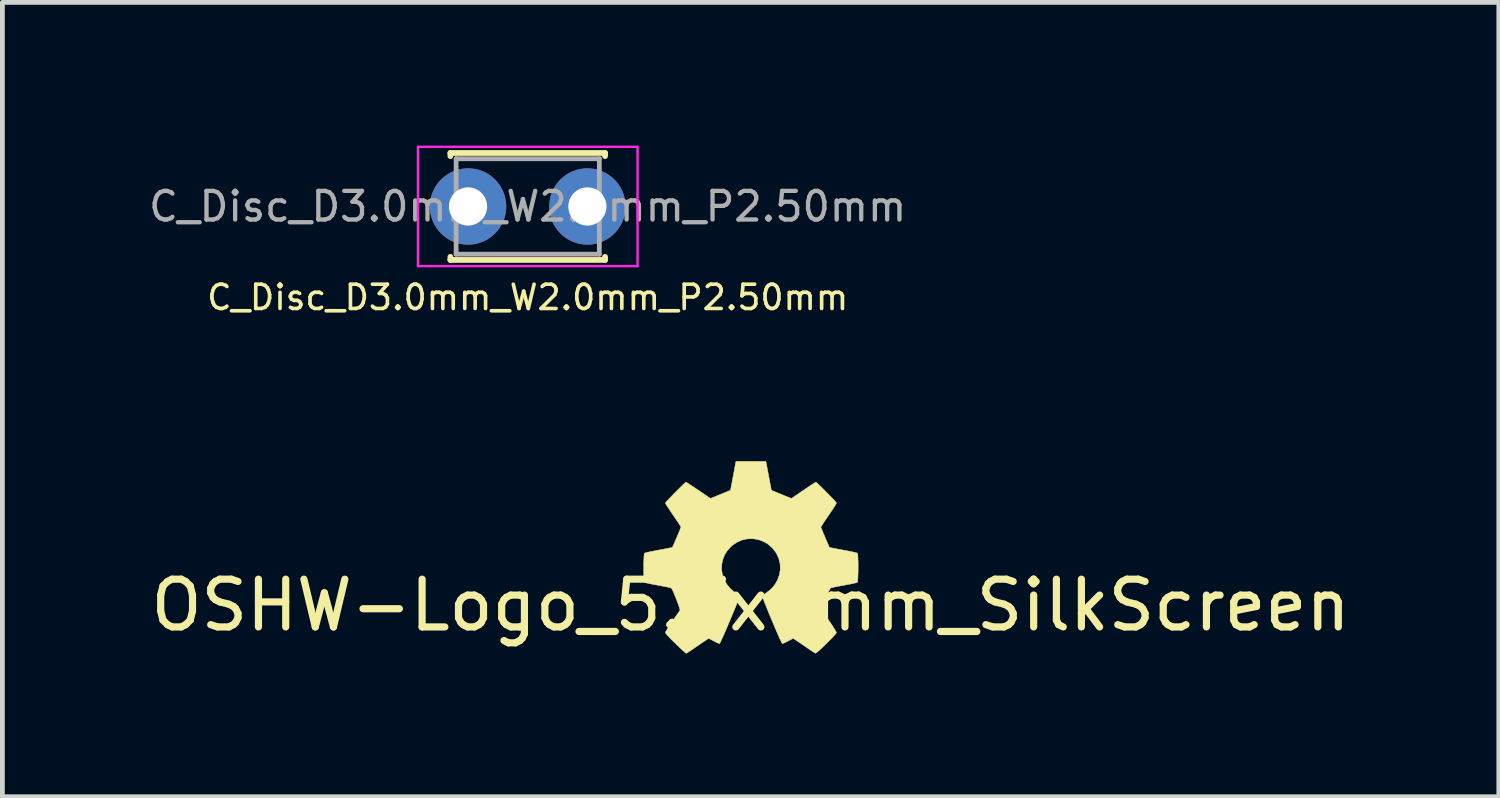
<source format=kicad_pcb>
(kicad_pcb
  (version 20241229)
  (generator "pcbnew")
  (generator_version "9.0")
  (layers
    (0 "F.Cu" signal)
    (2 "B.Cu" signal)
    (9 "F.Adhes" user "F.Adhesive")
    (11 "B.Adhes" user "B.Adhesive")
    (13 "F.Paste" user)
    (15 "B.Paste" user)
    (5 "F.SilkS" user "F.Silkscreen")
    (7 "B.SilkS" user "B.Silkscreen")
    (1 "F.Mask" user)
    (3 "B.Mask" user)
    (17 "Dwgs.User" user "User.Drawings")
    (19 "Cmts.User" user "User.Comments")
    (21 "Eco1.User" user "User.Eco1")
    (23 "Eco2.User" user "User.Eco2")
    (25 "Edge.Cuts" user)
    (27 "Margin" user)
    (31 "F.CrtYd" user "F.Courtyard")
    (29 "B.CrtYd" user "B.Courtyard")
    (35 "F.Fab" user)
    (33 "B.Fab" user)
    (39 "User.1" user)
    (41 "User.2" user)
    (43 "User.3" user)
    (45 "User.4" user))
  (footprint "C_Disc_D3.0mm_W2.0mm_P2.50mm"
    (layer "F.Cu")
    (at 6.754 1.275)
    (property "Reference" "C_Disc_D3.0mm_W2.0mm_P2.50mm" (at 1.25 1.905 180) (layer "F.SilkS") (effects (font (size 0.508 0.508) (thickness 0.076))))
    (attr through_hole)
    (fp_line (start -0.37 -1.12) (end -0.37 -1.055) (stroke (width 0.12) (type solid)) (layer "F.SilkS"))
    (fp_line (start -0.37 -1.12) (end 2.87 -1.12) (stroke (width 0.12) (type solid)) (layer "F.SilkS"))
    (fp_line (start -0.37 1.055) (end -0.37 1.12) (stroke (width 0.12) (type solid)) (layer "F.SilkS"))
    (fp_line (start -0.37 1.12) (end 2.87 1.12) (stroke (width 0.12) (type solid)) (layer "F.SilkS"))
    (fp_line (start 2.87 -1.12) (end 2.87 -1.055) (stroke (width 0.12) (type solid)) (layer "F.SilkS"))
    (fp_line (start 2.87 1.055) (end 2.87 1.12) (stroke (width 0.12) (type solid)) (layer "F.SilkS"))
    (fp_line (start -1.05 -1.25) (end -1.05 1.25) (stroke (width 0.05) (type solid)) (layer "F.CrtYd"))
    (fp_line (start -1.05 1.25) (end 3.55 1.25) (stroke (width 0.05) (type solid)) (layer "F.CrtYd"))
    (fp_line (start 3.55 -1.25) (end -1.05 -1.25) (stroke (width 0.05) (type solid)) (layer "F.CrtYd"))
    (fp_line (start 3.55 1.25) (end 3.55 -1.25) (stroke (width 0.05) (type solid)) (layer "F.CrtYd"))
    (fp_line (start -0.25 -1) (end -0.25 1) (stroke (width 0.1) (type solid)) (layer "F.Fab"))
    (fp_line (start -0.25 1) (end 2.75 1) (stroke (width 0.1) (type solid)) (layer "F.Fab"))
    (fp_line (start 2.75 -1) (end -0.25 -1) (stroke (width 0.1) (type solid)) (layer "F.Fab"))
    (fp_line (start 2.75 1) (end 2.75 -1) (stroke (width 0.1) (type solid)) (layer "F.Fab"))
    (fp_text user "${REFERENCE}" (at 1.25 0 180) (layer "F.Fab") (effects (font (size 0.6 0.6) (thickness 0.09))))
    (pad "1" thru_hole circle (at 0 0) (size 1.6 1.6) (drill 0.8) (layers "*.Cu" "*.Mask"))
    (pad "2" thru_hole circle (at 2.5 0) (size 1.6 1.6) (drill 0.8) (layers "*.Cu" "*.Mask")))
  (footprint "OSHW-Logo_5.7x6mm_SilkScreen"
    (layer "F.Cu")
    (at 12.673 9.627)
    (property "Reference" "OSHW-Logo_5.7x6mm_SilkScreen" (at 0 0 0) (layer "F.SilkS") (effects (font (size 1 1) (thickness 0.15))))
    (attr exclude_from_pos_files exclude_from_bom)
    (fp_poly (pts (xy 0.377 -2.71) (xy 0.434 -2.408) (xy 0.853 -2.235) (xy 1.105 -2.407) (xy 1.175 -2.454) (xy 1.239 -2.497) (xy 1.293 -2.532) (xy 1.334 -2.559) (xy 1.36 -2.574) (xy 1.367 -2.578) (xy 1.379 -2.569) (xy 1.406 -2.545) (xy 1.444 -2.509) (xy 1.491 -2.464) (xy 1.542 -2.413) (xy 1.596 -2.358) (xy 1.649 -2.304) (xy 1.698 -2.253) (xy 1.741 -2.208) (xy 1.773 -2.172) (xy 1.793 -2.148) (xy 1.798 -2.14) (xy 1.791 -2.125) (xy 1.772 -2.093) (xy 1.742 -2.047) (xy 1.705 -1.989) (xy 1.66 -1.923) (xy 1.635 -1.886) (xy 1.588 -1.817) (xy 1.546 -1.755) (xy 1.512 -1.703) (xy 1.487 -1.664) (xy 1.473 -1.641) (xy 1.471 -1.636) (xy 1.476 -1.622) (xy 1.489 -1.59) (xy 1.508 -1.544) (xy 1.531 -1.488) (xy 1.557 -1.427) (xy 1.583 -1.366) (xy 1.607 -1.31) (xy 1.628 -1.262) (xy 1.643 -1.228) (xy 1.651 -1.211) (xy 1.652 -1.211) (xy 1.665 -1.208) (xy 1.699 -1.201) (xy 1.75 -1.191) (xy 1.816 -1.178) (xy 1.893 -1.163) (xy 1.937 -1.155) (xy 2.019 -1.14) (xy 2.093 -1.125) (xy 2.155 -1.112) (xy 2.202 -1.101) (xy 2.23 -1.093) (xy 2.235 -1.091) (xy 2.241 -1.074) (xy 2.245 -1.037) (xy 2.248 -0.983) (xy 2.251 -0.917) (xy 2.252 -0.844) (xy 2.252 -0.767) (xy 2.251 -0.691) (xy 2.249 -0.621) (xy 2.246 -0.56) (xy 2.243 -0.514) (xy 2.238 -0.486) (xy 2.235 -0.48) (xy 2.217 -0.473) (xy 2.179 -0.463) (xy 2.127 -0.451) (xy 2.065 -0.439) (xy 2.043 -0.435) (xy 1.938 -0.415) (xy 1.855 -0.4) (xy 1.792 -0.388) (xy 1.745 -0.378) (xy 1.711 -0.37) (xy 1.689 -0.363) (xy 1.676 -0.357) (xy 1.667 -0.351) (xy 1.666 -0.35) (xy 1.655 -0.331) (xy 1.638 -0.294) (xy 1.616 -0.244) (xy 1.592 -0.185) (xy 1.567 -0.121) (xy 1.543 -0.058) (xy 1.522 0.001) (xy 1.505 0.05) (xy 1.494 0.086) (xy 1.492 0.104) (xy 1.492 0.104) (xy 1.501 0.119) (xy 1.523 0.151) (xy 1.554 0.197) (xy 1.593 0.253) (xy 1.637 0.318) (xy 1.649 0.336) (xy 1.694 0.402) (xy 1.733 0.462) (xy 1.765 0.513) (xy 1.787 0.552) (xy 1.798 0.574) (xy 1.798 0.576) (xy 1.789 0.591) (xy 1.765 0.619) (xy 1.729 0.658) (xy 1.683 0.706) (xy 1.632 0.758) (xy 1.577 0.812) (xy 1.523 0.865) (xy 1.472 0.913) (xy 1.427 0.955) (xy 1.391 0.985) (xy 1.368 1.003) (xy 1.362 1.006) (xy 1.347 0.999) (xy 1.316 0.981) (xy 1.275 0.954) (xy 1.244 0.933) (xy 1.187 0.894) (xy 1.119 0.847) (xy 1.051 0.801) (xy 1.014 0.776) (xy 0.891 0.693) (xy 0.787 0.749) (xy 0.74 0.773) (xy 0.7 0.792) (xy 0.672 0.803) (xy 0.665 0.805) (xy 0.657 0.794) (xy 0.641 0.762) (xy 0.617 0.713) (xy 0.588 0.649) (xy 0.555 0.574) (xy 0.518 0.489) (xy 0.48 0.399) (xy 0.441 0.306) (xy 0.402 0.213) (xy 0.365 0.123) (xy 0.331 0.039) (xy 0.301 -0.037) (xy 0.276 -0.1) (xy 0.258 -0.15) (xy 0.248 -0.182) (xy 0.246 -0.193) (xy 0.259 -0.206) (xy 0.288 -0.229) (xy 0.325 -0.256) (xy 0.329 -0.258) (xy 0.426 -0.336) (xy 0.505 -0.427) (xy 0.564 -0.528) (xy 0.603 -0.637) (xy 0.621 -0.749) (xy 0.617 -0.863) (xy 0.591 -0.976) (xy 0.542 -1.084) (xy 0.527 -1.108) (xy 0.452 -1.203) (xy 0.364 -1.28) (xy 0.265 -1.337) (xy 0.158 -1.375) (xy 0.047 -1.393) (xy -0.066 -1.39) (xy -0.176 -1.367) (xy -0.282 -1.322) (xy -0.38 -1.256) (xy -0.41 -1.23) (xy -0.488 -1.145) (xy -0.544 -1.057) (xy -0.582 -0.958) (xy -0.604 -0.86) (xy -0.609 -0.749) (xy -0.591 -0.638) (xy -0.553 -0.531) (xy -0.494 -0.43) (xy -0.418 -0.34) (xy -0.327 -0.264) (xy -0.315 -0.256) (xy -0.277 -0.23) (xy -0.248 -0.207) (xy -0.234 -0.193) (xy -0.234 -0.193) (xy -0.237 -0.177) (xy -0.248 -0.141) (xy -0.268 -0.089) (xy -0.293 -0.023) (xy -0.324 0.055) (xy -0.359 0.14) (xy -0.397 0.231) (xy -0.436 0.325) (xy -0.475 0.417) (xy -0.513 0.506) (xy -0.549 0.589) (xy -0.582 0.662) (xy -0.61 0.724) (xy -0.632 0.77) (xy -0.647 0.797) (xy -0.653 0.805) (xy -0.671 0.799) (xy -0.706 0.784) (xy -0.75 0.762) (xy -0.774 0.749) (xy -0.878 0.693) (xy -1.002 0.776) (xy -1.065 0.819) (xy -1.134 0.866) (xy -1.199 0.911) (xy -1.231 0.933) (xy -1.277 0.963) (xy -1.315 0.988) (xy -1.342 1.003) (xy -1.351 1.006) (xy -1.363 0.997) (xy -1.391 0.974) (xy -1.431 0.937) (xy -1.482 0.891) (xy -1.539 0.836) (xy -1.575 0.801) (xy -1.639 0.739) (xy -1.694 0.683) (xy -1.738 0.636) (xy -1.769 0.601) (xy -1.784 0.579) (xy -1.786 0.575) (xy -1.779 0.558) (xy -1.76 0.524) (xy -1.73 0.476) (xy -1.693 0.419) (xy -1.649 0.354) (xy -1.637 0.336) (xy -1.592 0.27) (xy -1.551 0.211) (xy -1.518 0.162) (xy -1.493 0.126) (xy -1.481 0.107) (xy -1.479 0.104) (xy -1.481 0.089) (xy -1.491 0.055) (xy -1.507 0.006) (xy -1.528 -0.052) (xy -1.552 -0.115) (xy -1.577 -0.178) (xy -1.601 -0.238) (xy -1.623 -0.29) (xy -1.641 -0.328) (xy -1.653 -0.349) (xy -1.654 -0.35) (xy -1.661 -0.356) (xy -1.674 -0.362) (xy -1.694 -0.369) (xy -1.725 -0.376) (xy -1.769 -0.386) (xy -1.829 -0.397) (xy -1.908 -0.412) (xy -2.009 -0.431) (xy -2.03 -0.435) (xy -2.095 -0.447) (xy -2.151 -0.459) (xy -2.194 -0.47) (xy -2.219 -0.478) (xy -2.222 -0.48) (xy -2.228 -0.497) (xy -2.232 -0.534) (xy -2.235 -0.588) (xy -2.238 -0.654) (xy -2.239 -0.728) (xy -2.239 -0.804) (xy -2.239 -0.88) (xy -2.237 -0.95) (xy -2.234 -1.011) (xy -2.23 -1.057) (xy -2.225 -1.085) (xy -2.223 -1.091) (xy -2.206 -1.096) (xy -2.169 -1.106) (xy -2.114 -1.118) (xy -2.045 -1.132) (xy -1.967 -1.147) (xy -1.925 -1.155) (xy -1.844 -1.17) (xy -1.772 -1.184) (xy -1.712 -1.196) (xy -1.668 -1.204) (xy -1.643 -1.21) (xy -1.639 -1.211) (xy -1.633 -1.224) (xy -1.618 -1.256) (xy -1.598 -1.302) (xy -1.574 -1.358) (xy -1.548 -1.418) (xy -1.522 -1.479) (xy -1.498 -1.536) (xy -1.479 -1.584) (xy -1.465 -1.619) (xy -1.459 -1.636) (xy -1.459 -1.637) (xy -1.465 -1.65) (xy -1.485 -1.681) (xy -1.514 -1.727) (xy -1.552 -1.784) (xy -1.596 -1.849) (xy -1.622 -1.886) (xy -1.669 -1.955) (xy -1.71 -2.017) (xy -1.745 -2.07) (xy -1.77 -2.11) (xy -1.784 -2.135) (xy -1.786 -2.14) (xy -1.777 -2.153) (xy -1.754 -2.18) (xy -1.718 -2.219) (xy -1.673 -2.266) (xy -1.623 -2.318) (xy -1.569 -2.373) (xy -1.516 -2.426) (xy -1.465 -2.476) (xy -1.421 -2.519) (xy -1.385 -2.553) (xy -1.362 -2.573) (xy -1.354 -2.578) (xy -1.341 -2.571) (xy -1.311 -2.552) (xy -1.265 -2.522) (xy -1.208 -2.485) (xy -1.142 -2.44) (xy -1.092 -2.407) (xy -0.841 -2.235) (xy -0.631 -2.322) (xy -0.421 -2.408) (xy -0.364 -2.71) (xy -0.308 -3.012) (xy 0.32 -3.012) (xy 0.377 -2.71)) (stroke (width 0.01) (type solid)) (fill yes) (layer "F.SilkS")))
  (gr_rect
    (start -3 -3)
    (end 28.345 13.638)
    (stroke (width 0.1) (type default))
    (fill no)
    (layer "Edge.Cuts")))
</source>
